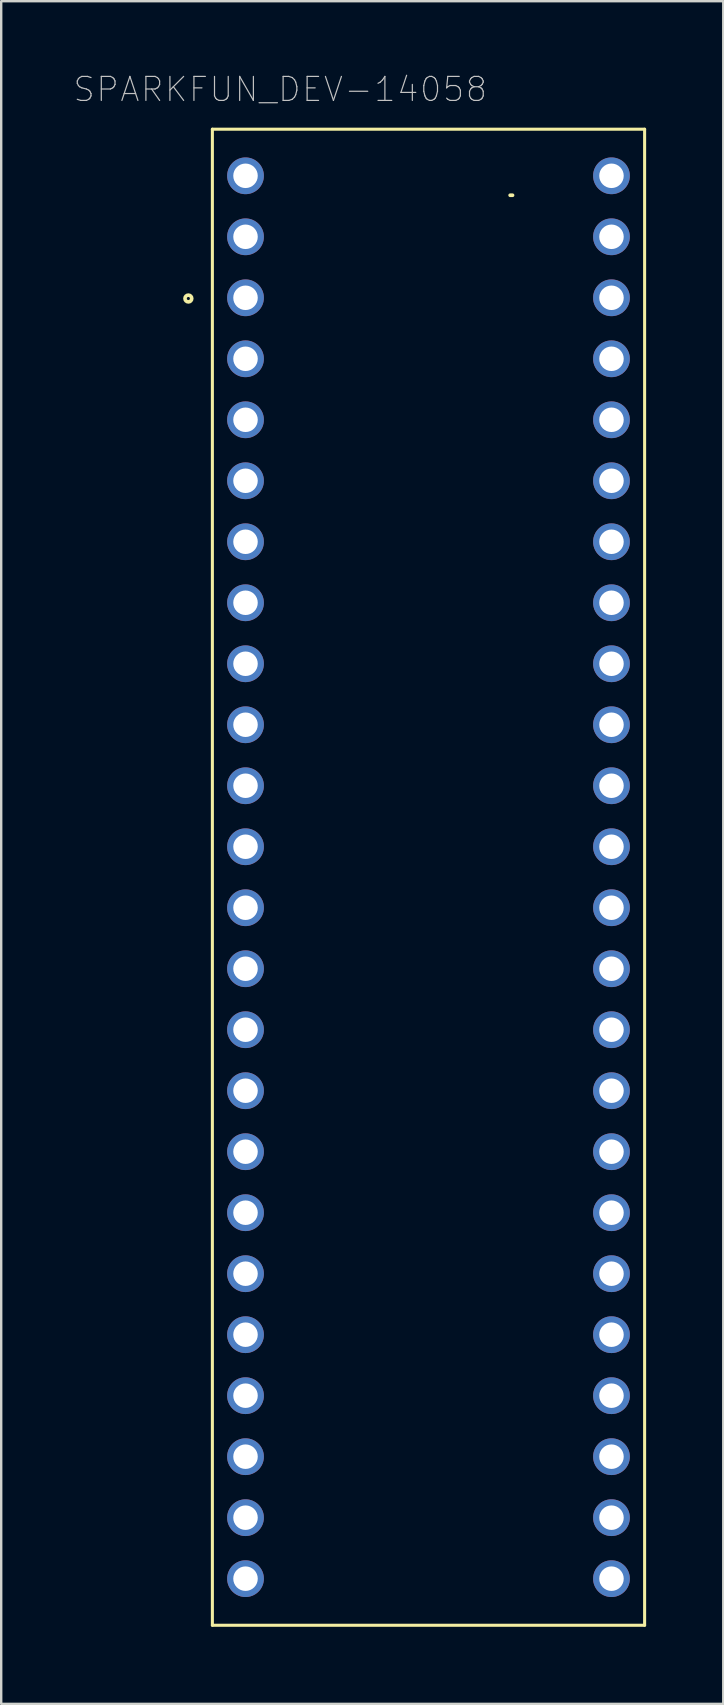
<source format=kicad_pcb>
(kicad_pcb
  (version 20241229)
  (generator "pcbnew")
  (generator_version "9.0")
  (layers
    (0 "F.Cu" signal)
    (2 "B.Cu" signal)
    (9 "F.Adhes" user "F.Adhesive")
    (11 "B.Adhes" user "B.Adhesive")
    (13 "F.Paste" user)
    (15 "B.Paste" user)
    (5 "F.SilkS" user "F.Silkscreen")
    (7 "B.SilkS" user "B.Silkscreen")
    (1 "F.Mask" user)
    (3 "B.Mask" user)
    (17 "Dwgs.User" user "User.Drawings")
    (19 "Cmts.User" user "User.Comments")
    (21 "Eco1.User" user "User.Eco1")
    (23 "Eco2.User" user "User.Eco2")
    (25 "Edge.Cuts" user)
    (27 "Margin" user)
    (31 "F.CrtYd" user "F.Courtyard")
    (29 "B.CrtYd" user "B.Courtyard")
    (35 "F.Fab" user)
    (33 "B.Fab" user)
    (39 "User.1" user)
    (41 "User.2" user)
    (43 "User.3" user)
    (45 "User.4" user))
  (footprint "SPARKFUN_DEV-14058"
    (layer "F.Cu")
    (at 14.794 33.481)
    (property "Reference" "SPARKFUN_DEV-14058" (at -6.173 -32.809 0) (layer "Dwgs.User") (effects (font (size 1 1) (thickness 0.05))))
    (attr through_hole)
    (fp_line (start -9 -31.15) (end -9 31.15) (stroke (width 0.127) (type solid)) (layer "F.SilkS"))
    (fp_line (start -9 31.15) (end 9 31.15) (stroke (width 0.127) (type solid)) (layer "F.SilkS"))
    (fp_line (start 3.4 -28.4) (end 3.5 -28.4) (stroke (width 0.152) (type solid)) (layer "F.SilkS"))
    (fp_line (start 9 -31.15) (end -9 -31.15) (stroke (width 0.127) (type solid)) (layer "F.SilkS"))
    (fp_line (start 9 31.15) (end 9 -31.15) (stroke (width 0.127) (type solid)) (layer "F.SilkS"))
    (fp_circle (center -10 -24.1) (end -9.859 -24.1) (stroke (width 0.152) (type solid)) (fill no) (layer "F.SilkS"))
    (fp_line (start -9.25 -31.4) (end 9.25 -31.4) (stroke (width 0.05) (type solid)) (layer "Eco1.User"))
    (fp_line (start -9.25 31.4) (end -9.25 -31.4) (stroke (width 0.05) (type solid)) (layer "Eco1.User"))
    (fp_line (start 9.25 -31.4) (end 9.25 31.4) (stroke (width 0.05) (type solid)) (layer "Eco1.User"))
    (fp_line (start 9.25 31.4) (end -9.25 31.4) (stroke (width 0.05) (type solid)) (layer "Eco1.User"))
    (fp_line (start -9 -31.15) (end 9 -31.15) (stroke (width 0.127) (type solid)) (layer "Eco2.User"))
    (fp_line (start -9 31.15) (end -9 -31.15) (stroke (width 0.127) (type solid)) (layer "Eco2.User"))
    (fp_line (start -3.5 -31.1) (end -3.5 -28.4) (stroke (width 0.152) (type solid)) (layer "Eco2.User"))
    (fp_line (start -3.5 -28.4) (end 3.4 -28.4) (stroke (width 0.152) (type solid)) (layer "Eco2.User"))
    (fp_line (start 3.5 -28.4) (end 3.5 -31.1) (stroke (width 0.152) (type solid)) (layer "Eco2.User"))
    (fp_line (start 9 -31.15) (end 9 31.15) (stroke (width 0.127) (type solid)) (layer "Eco2.User"))
    (fp_line (start 9 31.15) (end -9 31.15) (stroke (width 0.127) (type solid)) (layer "Eco2.User"))
    (pad "0" thru_hole circle (at -7.62 -26.67) (size 1.53 1.53) (drill 1.02) (layers "*.Cu" "*.Mask"))
    (pad "1" thru_hole circle (at -7.62 -24.13) (size 1.53 1.53) (drill 1.02) (layers "*.Cu" "*.Mask"))
    (pad "2" thru_hole circle (at -7.62 -21.59) (size 1.53 1.53) (drill 1.02) (layers "*.Cu" "*.Mask"))
    (pad "3" thru_hole circle (at -7.62 -19.05) (size 1.53 1.53) (drill 1.02) (layers "*.Cu" "*.Mask"))
    (pad "3V3_1" thru_hole circle (at -7.62 6.35) (size 1.53 1.53) (drill 1.02) (layers "*.Cu" "*.Mask"))
    (pad "3V3_2" thru_hole circle (at 7.62 -24.13) (size 1.53 1.53) (drill 1.02) (layers "*.Cu" "*.Mask"))
    (pad "4" thru_hole circle (at -7.62 -16.51) (size 1.53 1.53) (drill 1.02) (layers "*.Cu" "*.Mask"))
    (pad "5" thru_hole circle (at -7.62 -13.97) (size 1.53 1.53) (drill 1.02) (layers "*.Cu" "*.Mask"))
    (pad "6" thru_hole circle (at -7.62 -11.43) (size 1.53 1.53) (drill 1.02) (layers "*.Cu" "*.Mask"))
    (pad "7" thru_hole circle (at -7.62 -8.89) (size 1.53 1.53) (drill 1.02) (layers "*.Cu" "*.Mask"))
    (pad "8" thru_hole circle (at -7.62 -6.35) (size 1.53 1.53) (drill 1.02) (layers "*.Cu" "*.Mask"))
    (pad "9" thru_hole circle (at -7.62 -3.81) (size 1.53 1.53) (drill 1.02) (layers "*.Cu" "*.Mask"))
    (pad "10" thru_hole circle (at -7.62 -1.27) (size 1.53 1.53) (drill 1.02) (layers "*.Cu" "*.Mask"))
    (pad "11" thru_hole circle (at -7.62 1.27) (size 1.53 1.53) (drill 1.02) (layers "*.Cu" "*.Mask"))
    (pad "12" thru_hole circle (at -7.62 3.81) (size 1.53 1.53) (drill 1.02) (layers "*.Cu" "*.Mask"))
    (pad "13" thru_hole circle (at 7.62 3.81) (size 1.53 1.53) (drill 1.02) (layers "*.Cu" "*.Mask"))
    (pad "14" thru_hole circle (at 7.62 1.27) (size 1.53 1.53) (drill 1.02) (layers "*.Cu" "*.Mask"))
    (pad "15" thru_hole circle (at 7.62 -1.27) (size 1.53 1.53) (drill 1.02) (layers "*.Cu" "*.Mask"))
    (pad "16" thru_hole circle (at 7.62 -3.81) (size 1.53 1.53) (drill 1.02) (layers "*.Cu" "*.Mask"))
    (pad "17" thru_hole circle (at 7.62 -6.35) (size 1.53 1.53) (drill 1.02) (layers "*.Cu" "*.Mask"))
    (pad "18" thru_hole circle (at 7.62 -8.89) (size 1.53 1.53) (drill 1.02) (layers "*.Cu" "*.Mask"))
    (pad "19" thru_hole circle (at 7.62 -11.43) (size 1.53 1.53) (drill 1.02) (layers "*.Cu" "*.Mask"))
    (pad "20" thru_hole circle (at 7.62 -13.97) (size 1.53 1.53) (drill 1.02) (layers "*.Cu" "*.Mask"))
    (pad "21" thru_hole circle (at 7.62 -16.51) (size 1.53 1.53) (drill 1.02) (layers "*.Cu" "*.Mask"))
    (pad "22" thru_hole circle (at 7.62 -19.05) (size 1.53 1.53) (drill 1.02) (layers "*.Cu" "*.Mask"))
    (pad "23" thru_hole circle (at 7.62 -21.59) (size 1.53 1.53) (drill 1.02) (layers "*.Cu" "*.Mask"))
    (pad "24" thru_hole circle (at -7.62 8.89) (size 1.53 1.53) (drill 1.02) (layers "*.Cu" "*.Mask"))
    (pad "25" thru_hole circle (at -7.62 11.43) (size 1.53 1.53) (drill 1.02) (layers "*.Cu" "*.Mask"))
    (pad "26" thru_hole circle (at -7.62 13.97) (size 1.53 1.53) (drill 1.02) (layers "*.Cu" "*.Mask"))
    (pad "27" thru_hole circle (at -7.62 16.51) (size 1.53 1.53) (drill 1.02) (layers "*.Cu" "*.Mask"))
    (pad "28" thru_hole circle (at -7.62 19.05) (size 1.53 1.53) (drill 1.02) (layers "*.Cu" "*.Mask"))
    (pad "29" thru_hole circle (at -7.62 21.59) (size 1.53 1.53) (drill 1.02) (layers "*.Cu" "*.Mask"))
    (pad "30" thru_hole circle (at -7.62 24.13) (size 1.53 1.53) (drill 1.02) (layers "*.Cu" "*.Mask"))
    (pad "31" thru_hole circle (at -7.62 26.67) (size 1.53 1.53) (drill 1.02) (layers "*.Cu" "*.Mask"))
    (pad "32" thru_hole circle (at -7.62 29.21) (size 1.53 1.53) (drill 1.02) (layers "*.Cu" "*.Mask"))
    (pad "33" thru_hole circle (at 7.62 29.21) (size 1.53 1.53) (drill 1.02) (layers "*.Cu" "*.Mask"))
    (pad "34" thru_hole circle (at 7.62 26.67) (size 1.53 1.53) (drill 1.02) (layers "*.Cu" "*.Mask"))
    (pad "35" thru_hole circle (at 7.62 24.13) (size 1.53 1.53) (drill 1.02) (layers "*.Cu" "*.Mask"))
    (pad "36" thru_hole circle (at 7.62 21.59) (size 1.53 1.53) (drill 1.02) (layers "*.Cu" "*.Mask"))
    (pad "37" thru_hole circle (at 7.62 19.05) (size 1.53 1.53) (drill 1.02) (layers "*.Cu" "*.Mask"))
    (pad "38" thru_hole circle (at 7.62 16.51) (size 1.53 1.53) (drill 1.02) (layers "*.Cu" "*.Mask"))
    (pad "39" thru_hole circle (at 7.62 13.97) (size 1.53 1.53) (drill 1.02) (layers "*.Cu" "*.Mask"))
    (pad "A21" thru_hole circle (at 7.62 11.43) (size 1.53 1.53) (drill 1.02) (layers "*.Cu" "*.Mask"))
    (pad "A22" thru_hole circle (at 7.62 8.89) (size 1.53 1.53) (drill 1.02) (layers "*.Cu" "*.Mask"))
    (pad "AGND" thru_hole circle (at 7.62 -26.67) (size 1.53 1.53) (drill 1.02) (layers "*.Cu" "*.Mask"))
    (pad "GND_1" thru_hole circle (at -7.62 -29.21) (size 1.53 1.53) (drill 1.02) (layers "*.Cu" "*.Mask"))
    (pad "GND_2" thru_hole circle (at 7.62 6.35) (size 1.53 1.53) (drill 1.02) (layers "*.Cu" "*.Mask"))
    (pad "VIN" thru_hole circle (at 7.62 -29.21) (size 1.53 1.53) (drill 1.02) (layers "*.Cu" "*.Mask")))
  (gr_rect
    (start -3 -3)
    (end 27.069 67.906)
    (stroke (width 0.1) (type default))
    (fill no)
    (layer "Edge.Cuts")))
</source>
